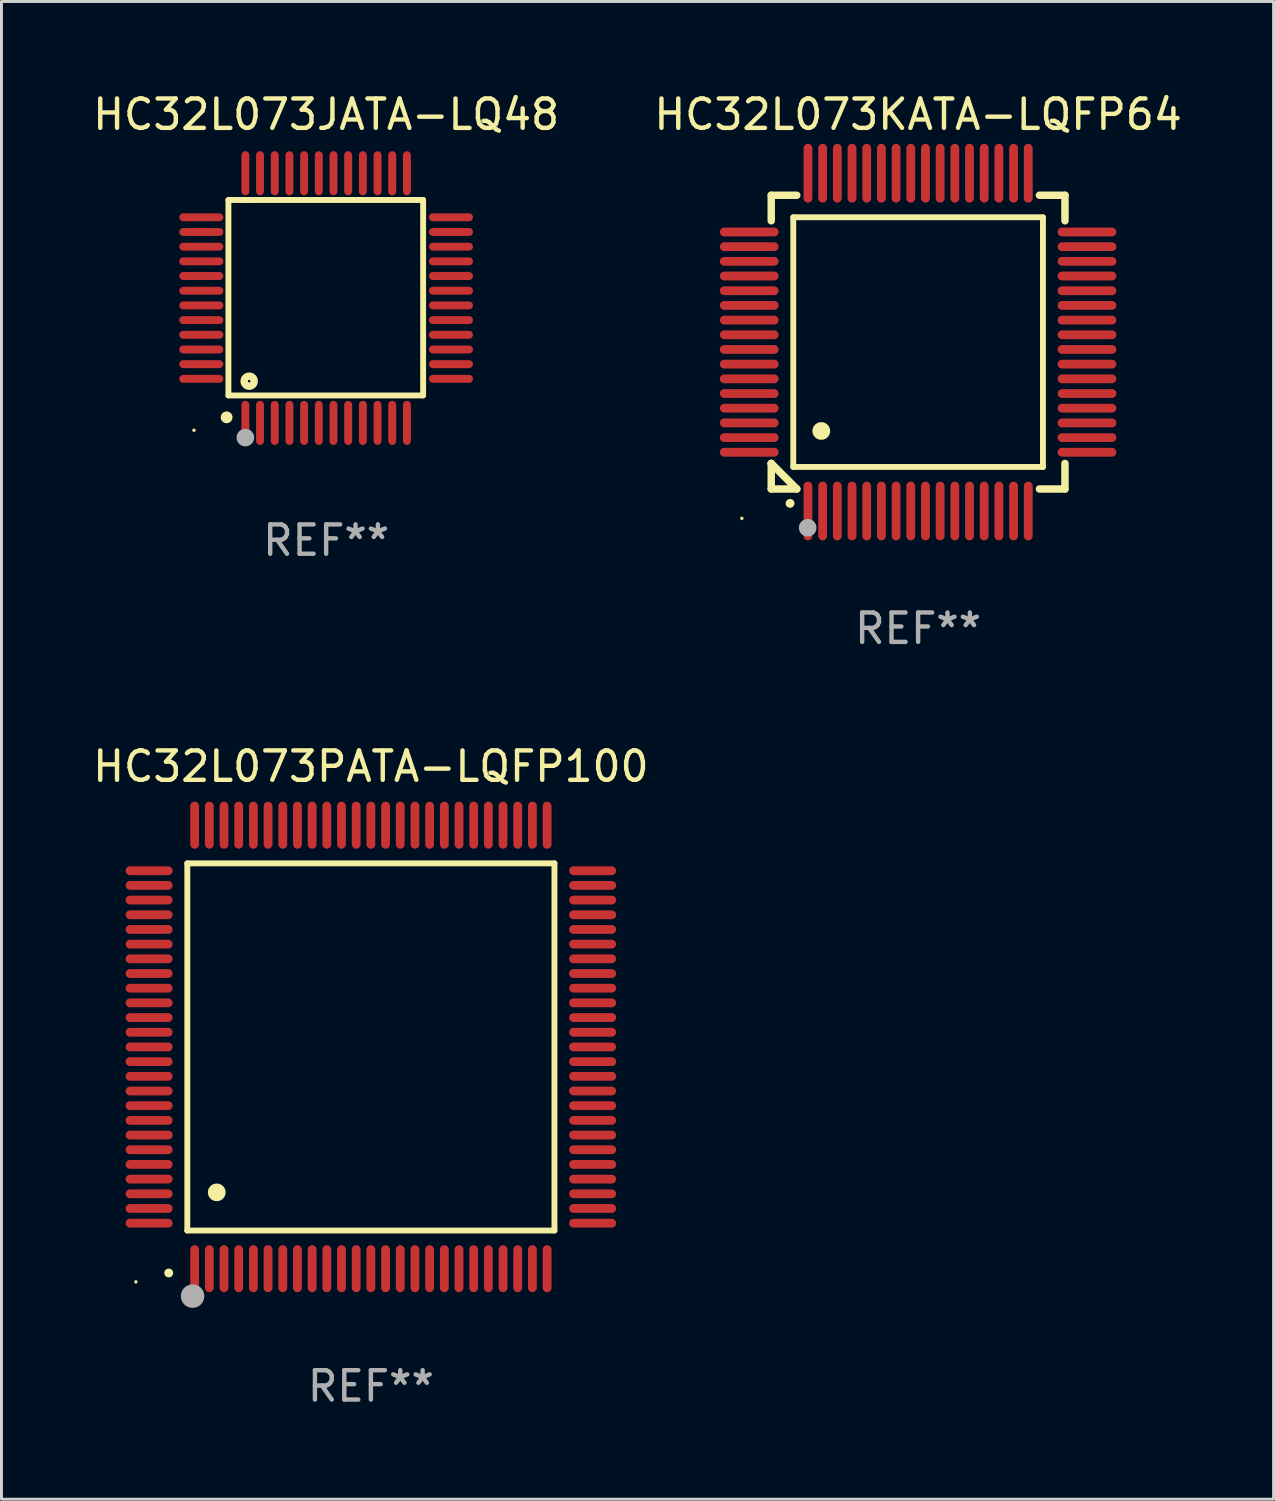
<source format=kicad_pcb>
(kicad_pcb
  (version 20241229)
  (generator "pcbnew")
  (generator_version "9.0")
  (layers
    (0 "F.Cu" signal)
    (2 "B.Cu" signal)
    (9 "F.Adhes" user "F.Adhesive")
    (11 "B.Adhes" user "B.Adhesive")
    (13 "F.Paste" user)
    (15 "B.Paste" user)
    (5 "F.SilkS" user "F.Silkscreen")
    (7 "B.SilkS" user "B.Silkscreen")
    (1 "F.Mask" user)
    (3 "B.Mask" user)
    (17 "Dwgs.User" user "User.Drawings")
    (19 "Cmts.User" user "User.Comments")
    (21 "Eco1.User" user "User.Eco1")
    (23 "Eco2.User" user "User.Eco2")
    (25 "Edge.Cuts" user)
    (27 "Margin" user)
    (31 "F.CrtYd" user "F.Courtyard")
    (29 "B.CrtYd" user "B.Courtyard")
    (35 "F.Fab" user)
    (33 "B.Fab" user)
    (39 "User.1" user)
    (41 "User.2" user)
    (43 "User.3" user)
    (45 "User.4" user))
  (footprint "HC32L073PATA-LQFP100"
    (layer "F.Cu")
    (at 9.577 32.594)
    (property "Reference" "HC32L073PATA-LQFP100" (at 0 -9.55 0) (layer "F.SilkS") (effects (font (size 1 1) (thickness 0.15))))
    (attr through_hole)
    (fp_line (start -6.25 -6.25) (end -6.25 6.25) (stroke (width 0.2) (type solid)) (layer "F.SilkS"))
    (fp_line (start -6.25 6.25) (end 6.25 6.25) (stroke (width 0.2) (type solid)) (layer "F.SilkS"))
    (fp_line (start 6.25 -6.25) (end -6.25 -6.25) (stroke (width 0.2) (type solid)) (layer "F.SilkS"))
    (fp_line (start 6.25 6.25) (end 6.25 -6.25) (stroke (width 0.2) (type solid)) (layer "F.SilkS"))
    (fp_arc (start -6.883414 7.696215) (mid -6.882144 7.69621) (end -6.880874 7.696215) (stroke (width 0.3) (type solid)) (layer "F.SilkS"))
    (fp_arc (start -5.250191 4.95047) (mid -5.247651 4.950459) (end -5.245111 4.95047) (stroke (width 0.6) (type solid)) (layer "F.SilkS"))
    (fp_circle (center -8 8) (end -7.97 8) (stroke (width 0.06) (type solid)) (fill no) (layer "F.SilkS"))
    (fp_circle (center -6.071 8.484) (end -5.871 8.484) (stroke (width 0.4) (type solid)) (fill no) (layer "F.Fab"))
    (fp_text user "REF**" (at 0 11.55 0) (layer "F.Fab") (effects (font (size 1 1) (thickness 0.15))))
    (pad "1" smd oval (at -6 7.55) (size 0.3 1.6) (layers "F.Cu" "F.Mask" "F.Paste"))
    (pad "2" smd oval (at -5.5 7.55) (size 0.3 1.6) (layers "F.Cu" "F.Mask" "F.Paste"))
    (pad "3" smd oval (at -5 7.55) (size 0.3 1.6) (layers "F.Cu" "F.Mask" "F.Paste"))
    (pad "4" smd oval (at -4.5 7.55) (size 0.3 1.6) (layers "F.Cu" "F.Mask" "F.Paste"))
    (pad "5" smd oval (at -4 7.55) (size 0.3 1.6) (layers "F.Cu" "F.Mask" "F.Paste"))
    (pad "6" smd oval (at -3.5 7.55) (size 0.3 1.6) (layers "F.Cu" "F.Mask" "F.Paste"))
    (pad "7" smd oval (at -3 7.55) (size 0.3 1.6) (layers "F.Cu" "F.Mask" "F.Paste"))
    (pad "8" smd oval (at -2.5 7.55) (size 0.3 1.6) (layers "F.Cu" "F.Mask" "F.Paste"))
    (pad "9" smd oval (at -2 7.55) (size 0.3 1.6) (layers "F.Cu" "F.Mask" "F.Paste"))
    (pad "10" smd oval (at -1.5 7.55) (size 0.3 1.6) (layers "F.Cu" "F.Mask" "F.Paste"))
    (pad "11" smd oval (at -1 7.55) (size 0.3 1.6) (layers "F.Cu" "F.Mask" "F.Paste"))
    (pad "12" smd oval (at -0.5 7.55) (size 0.3 1.6) (layers "F.Cu" "F.Mask" "F.Paste"))
    (pad "13" smd oval (at 0 7.55) (size 0.3 1.6) (layers "F.Cu" "F.Mask" "F.Paste"))
    (pad "14" smd oval (at 0.5 7.55) (size 0.3 1.6) (layers "F.Cu" "F.Mask" "F.Paste"))
    (pad "15" smd oval (at 1 7.55) (size 0.3 1.6) (layers "F.Cu" "F.Mask" "F.Paste"))
    (pad "16" smd oval (at 1.5 7.55) (size 0.3 1.6) (layers "F.Cu" "F.Mask" "F.Paste"))
    (pad "17" smd oval (at 2 7.55) (size 0.3 1.6) (layers "F.Cu" "F.Mask" "F.Paste"))
    (pad "18" smd oval (at 2.5 7.55) (size 0.3 1.6) (layers "F.Cu" "F.Mask" "F.Paste"))
    (pad "19" smd oval (at 3 7.55) (size 0.3 1.6) (layers "F.Cu" "F.Mask" "F.Paste"))
    (pad "20" smd oval (at 3.5 7.55) (size 0.3 1.6) (layers "F.Cu" "F.Mask" "F.Paste"))
    (pad "21" smd oval (at 4 7.55) (size 0.3 1.6) (layers "F.Cu" "F.Mask" "F.Paste"))
    (pad "22" smd oval (at 4.5 7.55) (size 0.3 1.6) (layers "F.Cu" "F.Mask" "F.Paste"))
    (pad "23" smd oval (at 5 7.55) (size 0.3 1.6) (layers "F.Cu" "F.Mask" "F.Paste"))
    (pad "24" smd oval (at 5.5 7.55) (size 0.3 1.6) (layers "F.Cu" "F.Mask" "F.Paste"))
    (pad "25" smd oval (at 6 7.55) (size 0.3 1.6) (layers "F.Cu" "F.Mask" "F.Paste"))
    (pad "26" smd oval (at 7.55 6) (size 1.6 0.3) (layers "F.Cu" "F.Mask" "F.Paste"))
    (pad "27" smd oval (at 7.55 5.5) (size 1.6 0.3) (layers "F.Cu" "F.Mask" "F.Paste"))
    (pad "28" smd oval (at 7.55 5) (size 1.6 0.3) (layers "F.Cu" "F.Mask" "F.Paste"))
    (pad "29" smd oval (at 7.55 4.5) (size 1.6 0.3) (layers "F.Cu" "F.Mask" "F.Paste"))
    (pad "30" smd oval (at 7.55 4) (size 1.6 0.3) (layers "F.Cu" "F.Mask" "F.Paste"))
    (pad "31" smd oval (at 7.55 3.5) (size 1.6 0.3) (layers "F.Cu" "F.Mask" "F.Paste"))
    (pad "32" smd oval (at 7.55 3) (size 1.6 0.3) (layers "F.Cu" "F.Mask" "F.Paste"))
    (pad "33" smd oval (at 7.55 2.5) (size 1.6 0.3) (layers "F.Cu" "F.Mask" "F.Paste"))
    (pad "34" smd oval (at 7.55 2) (size 1.6 0.3) (layers "F.Cu" "F.Mask" "F.Paste"))
    (pad "35" smd oval (at 7.55 1.5) (size 1.6 0.3) (layers "F.Cu" "F.Mask" "F.Paste"))
    (pad "36" smd oval (at 7.55 1) (size 1.6 0.3) (layers "F.Cu" "F.Mask" "F.Paste"))
    (pad "37" smd oval (at 7.55 0.5) (size 1.6 0.3) (layers "F.Cu" "F.Mask" "F.Paste"))
    (pad "38" smd oval (at 7.55 0) (size 1.6 0.3) (layers "F.Cu" "F.Mask" "F.Paste"))
    (pad "39" smd oval (at 7.55 -0.5) (size 1.6 0.3) (layers "F.Cu" "F.Mask" "F.Paste"))
    (pad "40" smd oval (at 7.55 -1) (size 1.6 0.3) (layers "F.Cu" "F.Mask" "F.Paste"))
    (pad "41" smd oval (at 7.55 -1.5) (size 1.6 0.3) (layers "F.Cu" "F.Mask" "F.Paste"))
    (pad "42" smd oval (at 7.55 -2) (size 1.6 0.3) (layers "F.Cu" "F.Mask" "F.Paste"))
    (pad "43" smd oval (at 7.55 -2.5) (size 1.6 0.3) (layers "F.Cu" "F.Mask" "F.Paste"))
    (pad "44" smd oval (at 7.55 -3) (size 1.6 0.3) (layers "F.Cu" "F.Mask" "F.Paste"))
    (pad "45" smd oval (at 7.55 -3.5) (size 1.6 0.3) (layers "F.Cu" "F.Mask" "F.Paste"))
    (pad "46" smd oval (at 7.55 -4) (size 1.6 0.3) (layers "F.Cu" "F.Mask" "F.Paste"))
    (pad "47" smd oval (at 7.55 -4.5) (size 1.6 0.3) (layers "F.Cu" "F.Mask" "F.Paste"))
    (pad "48" smd oval (at 7.55 -5) (size 1.6 0.3) (layers "F.Cu" "F.Mask" "F.Paste"))
    (pad "49" smd oval (at 7.55 -5.5) (size 1.6 0.3) (layers "F.Cu" "F.Mask" "F.Paste"))
    (pad "50" smd oval (at 7.55 -6) (size 1.6 0.3) (layers "F.Cu" "F.Mask" "F.Paste"))
    (pad "51" smd oval (at 6 -7.55) (size 0.3 1.6) (layers "F.Cu" "F.Mask" "F.Paste"))
    (pad "52" smd oval (at 5.5 -7.55) (size 0.3 1.6) (layers "F.Cu" "F.Mask" "F.Paste"))
    (pad "53" smd oval (at 5 -7.55) (size 0.3 1.6) (layers "F.Cu" "F.Mask" "F.Paste"))
    (pad "54" smd oval (at 4.5 -7.55) (size 0.3 1.6) (layers "F.Cu" "F.Mask" "F.Paste"))
    (pad "55" smd oval (at 4 -7.55) (size 0.3 1.6) (layers "F.Cu" "F.Mask" "F.Paste"))
    (pad "56" smd oval (at 3.5 -7.55) (size 0.3 1.6) (layers "F.Cu" "F.Mask" "F.Paste"))
    (pad "57" smd oval (at 3 -7.55) (size 0.3 1.6) (layers "F.Cu" "F.Mask" "F.Paste"))
    (pad "58" smd oval (at 2.5 -7.55) (size 0.3 1.6) (layers "F.Cu" "F.Mask" "F.Paste"))
    (pad "59" smd oval (at 2 -7.55) (size 0.3 1.6) (layers "F.Cu" "F.Mask" "F.Paste"))
    (pad "60" smd oval (at 1.5 -7.55) (size 0.3 1.6) (layers "F.Cu" "F.Mask" "F.Paste"))
    (pad "61" smd oval (at 1 -7.55) (size 0.3 1.6) (layers "F.Cu" "F.Mask" "F.Paste"))
    (pad "62" smd oval (at 0.5 -7.55) (size 0.3 1.6) (layers "F.Cu" "F.Mask" "F.Paste"))
    (pad "63" smd oval (at 0 -7.55) (size 0.3 1.6) (layers "F.Cu" "F.Mask" "F.Paste"))
    (pad "64" smd oval (at -0.5 -7.55) (size 0.3 1.6) (layers "F.Cu" "F.Mask" "F.Paste"))
    (pad "65" smd oval (at -1 -7.55) (size 0.3 1.6) (layers "F.Cu" "F.Mask" "F.Paste"))
    (pad "66" smd oval (at -1.5 -7.55) (size 0.3 1.6) (layers "F.Cu" "F.Mask" "F.Paste"))
    (pad "67" smd oval (at -2 -7.55) (size 0.3 1.6) (layers "F.Cu" "F.Mask" "F.Paste"))
    (pad "68" smd oval (at -2.5 -7.55) (size 0.3 1.6) (layers "F.Cu" "F.Mask" "F.Paste"))
    (pad "69" smd oval (at -3 -7.55) (size 0.3 1.6) (layers "F.Cu" "F.Mask" "F.Paste"))
    (pad "70" smd oval (at -3.5 -7.55) (size 0.3 1.6) (layers "F.Cu" "F.Mask" "F.Paste"))
    (pad "71" smd oval (at -4 -7.55) (size 0.3 1.6) (layers "F.Cu" "F.Mask" "F.Paste"))
    (pad "72" smd oval (at -4.5 -7.55) (size 0.3 1.6) (layers "F.Cu" "F.Mask" "F.Paste"))
    (pad "73" smd oval (at -5 -7.55) (size 0.3 1.6) (layers "F.Cu" "F.Mask" "F.Paste"))
    (pad "74" smd oval (at -5.5 -7.55) (size 0.3 1.6) (layers "F.Cu" "F.Mask" "F.Paste"))
    (pad "75" smd oval (at -6 -7.55) (size 0.3 1.6) (layers "F.Cu" "F.Mask" "F.Paste"))
    (pad "76" smd oval (at -7.55 -6) (size 1.6 0.3) (layers "F.Cu" "F.Mask" "F.Paste"))
    (pad "77" smd oval (at -7.55 -5.5) (size 1.6 0.3) (layers "F.Cu" "F.Mask" "F.Paste"))
    (pad "78" smd oval (at -7.55 -5) (size 1.6 0.3) (layers "F.Cu" "F.Mask" "F.Paste"))
    (pad "79" smd oval (at -7.55 -4.5) (size 1.6 0.3) (layers "F.Cu" "F.Mask" "F.Paste"))
    (pad "80" smd oval (at -7.55 -4) (size 1.6 0.3) (layers "F.Cu" "F.Mask" "F.Paste"))
    (pad "81" smd oval (at -7.55 -3.5) (size 1.6 0.3) (layers "F.Cu" "F.Mask" "F.Paste"))
    (pad "82" smd oval (at -7.55 -3) (size 1.6 0.3) (layers "F.Cu" "F.Mask" "F.Paste"))
    (pad "83" smd oval (at -7.55 -2.5) (size 1.6 0.3) (layers "F.Cu" "F.Mask" "F.Paste"))
    (pad "84" smd oval (at -7.55 -2) (size 1.6 0.3) (layers "F.Cu" "F.Mask" "F.Paste"))
    (pad "85" smd oval (at -7.55 -1.5) (size 1.6 0.3) (layers "F.Cu" "F.Mask" "F.Paste"))
    (pad "86" smd oval (at -7.55 -1) (size 1.6 0.3) (layers "F.Cu" "F.Mask" "F.Paste"))
    (pad "87" smd oval (at -7.55 -0.5) (size 1.6 0.3) (layers "F.Cu" "F.Mask" "F.Paste"))
    (pad "88" smd oval (at -7.55 0) (size 1.6 0.3) (layers "F.Cu" "F.Mask" "F.Paste"))
    (pad "89" smd oval (at -7.55 0.5) (size 1.6 0.3) (layers "F.Cu" "F.Mask" "F.Paste"))
    (pad "90" smd oval (at -7.55 1) (size 1.6 0.3) (layers "F.Cu" "F.Mask" "F.Paste"))
    (pad "91" smd oval (at -7.55 1.5) (size 1.6 0.3) (layers "F.Cu" "F.Mask" "F.Paste"))
    (pad "92" smd oval (at -7.55 2) (size 1.6 0.3) (layers "F.Cu" "F.Mask" "F.Paste"))
    (pad "93" smd oval (at -7.55 2.5) (size 1.6 0.3) (layers "F.Cu" "F.Mask" "F.Paste"))
    (pad "94" smd oval (at -7.55 3) (size 1.6 0.3) (layers "F.Cu" "F.Mask" "F.Paste"))
    (pad "95" smd oval (at -7.55 3.5) (size 1.6 0.3) (layers "F.Cu" "F.Mask" "F.Paste"))
    (pad "96" smd oval (at -7.55 4) (size 1.6 0.3) (layers "F.Cu" "F.Mask" "F.Paste"))
    (pad "97" smd oval (at -7.55 4.5) (size 1.6 0.3) (layers "F.Cu" "F.Mask" "F.Paste"))
    (pad "98" smd oval (at -7.55 5) (size 1.6 0.3) (layers "F.Cu" "F.Mask" "F.Paste"))
    (pad "99" smd oval (at -7.55 5.5) (size 1.6 0.3) (layers "F.Cu" "F.Mask" "F.Paste"))
    (pad "100" smd oval (at -7.55 6) (size 1.6 0.3) (layers "F.Cu" "F.Mask" "F.Paste")))
  (footprint "HC32L073JATA-LQ48"
    (layer "F.Cu")
    (at 8.054 7.098)
    (property "Reference" "HC32L073JATA-LQ48" (at 0 -6.25 0) (layer "F.SilkS") (effects (font (size 1 1) (thickness 0.15))))
    (attr through_hole)
    (fp_line (start -3.327 -3.34) (end -2.565 -3.34) (stroke (width 0.2) (type solid)) (layer "F.SilkS"))
    (fp_line (start -3.327 3.315) (end -3.327 -3.34) (stroke (width 0.2) (type solid)) (layer "F.SilkS"))
    (fp_line (start -2.896 -3.34) (end 3.302 -3.34) (stroke (width 0.2) (type solid)) (layer "F.SilkS"))
    (fp_line (start 3.302 -3.34) (end 3.302 3.315) (stroke (width 0.2) (type solid)) (layer "F.SilkS"))
    (fp_line (start 3.302 3.315) (end -3.327 3.315) (stroke (width 0.2) (type solid)) (layer "F.SilkS"))
    (fp_arc (start -3.389992 4.059995) (mid -3.388722 4.059991) (end -3.387452 4.059995) (stroke (width 0.4) (type solid)) (layer "F.SilkS"))
    (fp_circle (center -4.5 4.5) (end -4.47 4.5) (stroke (width 0.06) (type solid)) (fill no) (layer "F.SilkS"))
    (fp_circle (center -2.62 2.83) (end -2.45 2.83) (stroke (width 0.254) (type solid)) (fill no) (layer "F.SilkS"))
    (fp_circle (center -2.75 4.75) (end -2.6 4.75) (stroke (width 0.3) (type solid)) (fill no) (layer "F.Fab"))
    (fp_text user "REF**" (at 0 8.25 0) (layer "F.Fab") (effects (font (size 1 1) (thickness 0.15))))
    (pad "1" smd oval (at -2.75 4.25) (size 0.27 1.5) (layers "F.Cu" "F.Mask" "F.Paste"))
    (pad "2" smd oval (at -2.25 4.25) (size 0.27 1.5) (layers "F.Cu" "F.Mask" "F.Paste"))
    (pad "3" smd oval (at -1.75 4.25) (size 0.27 1.5) (layers "F.Cu" "F.Mask" "F.Paste"))
    (pad "4" smd oval (at -1.25 4.25) (size 0.27 1.5) (layers "F.Cu" "F.Mask" "F.Paste"))
    (pad "5" smd oval (at -0.75 4.25) (size 0.27 1.5) (layers "F.Cu" "F.Mask" "F.Paste"))
    (pad "6" smd oval (at -0.25 4.25) (size 0.27 1.5) (layers "F.Cu" "F.Mask" "F.Paste"))
    (pad "7" smd oval (at 0.25 4.25) (size 0.27 1.5) (layers "F.Cu" "F.Mask" "F.Paste"))
    (pad "8" smd oval (at 0.75 4.25) (size 0.27 1.5) (layers "F.Cu" "F.Mask" "F.Paste"))
    (pad "9" smd oval (at 1.25 4.25) (size 0.27 1.5) (layers "F.Cu" "F.Mask" "F.Paste"))
    (pad "10" smd oval (at 1.75 4.25) (size 0.27 1.5) (layers "F.Cu" "F.Mask" "F.Paste"))
    (pad "11" smd oval (at 2.25 4.25) (size 0.27 1.5) (layers "F.Cu" "F.Mask" "F.Paste"))
    (pad "12" smd oval (at 2.75 4.25) (size 0.27 1.5) (layers "F.Cu" "F.Mask" "F.Paste"))
    (pad "13" smd oval (at 4.25 2.75) (size 1.5 0.27) (layers "F.Cu" "F.Mask" "F.Paste"))
    (pad "14" smd oval (at 4.25 2.25) (size 1.5 0.27) (layers "F.Cu" "F.Mask" "F.Paste"))
    (pad "15" smd oval (at 4.25 1.75) (size 1.5 0.27) (layers "F.Cu" "F.Mask" "F.Paste"))
    (pad "16" smd oval (at 4.25 1.25) (size 1.5 0.27) (layers "F.Cu" "F.Mask" "F.Paste"))
    (pad "17" smd oval (at 4.25 0.75) (size 1.5 0.27) (layers "F.Cu" "F.Mask" "F.Paste"))
    (pad "18" smd oval (at 4.25 0.25) (size 1.5 0.27) (layers "F.Cu" "F.Mask" "F.Paste"))
    (pad "19" smd oval (at 4.25 -0.25) (size 1.5 0.27) (layers "F.Cu" "F.Mask" "F.Paste"))
    (pad "20" smd oval (at 4.25 -0.75) (size 1.5 0.27) (layers "F.Cu" "F.Mask" "F.Paste"))
    (pad "21" smd oval (at 4.25 -1.25) (size 1.5 0.27) (layers "F.Cu" "F.Mask" "F.Paste"))
    (pad "22" smd oval (at 4.25 -1.75) (size 1.5 0.27) (layers "F.Cu" "F.Mask" "F.Paste"))
    (pad "23" smd oval (at 4.25 -2.25) (size 1.5 0.27) (layers "F.Cu" "F.Mask" "F.Paste"))
    (pad "24" smd oval (at 4.25 -2.75) (size 1.5 0.27) (layers "F.Cu" "F.Mask" "F.Paste"))
    (pad "25" smd oval (at 2.75 -4.25) (size 0.27 1.5) (layers "F.Cu" "F.Mask" "F.Paste"))
    (pad "26" smd oval (at 2.25 -4.25) (size 0.27 1.5) (layers "F.Cu" "F.Mask" "F.Paste"))
    (pad "27" smd oval (at 1.75 -4.25) (size 0.27 1.5) (layers "F.Cu" "F.Mask" "F.Paste"))
    (pad "28" smd oval (at 1.25 -4.25) (size 0.27 1.5) (layers "F.Cu" "F.Mask" "F.Paste"))
    (pad "29" smd oval (at 0.75 -4.25) (size 0.27 1.5) (layers "F.Cu" "F.Mask" "F.Paste"))
    (pad "30" smd oval (at 0.25 -4.25) (size 0.27 1.5) (layers "F.Cu" "F.Mask" "F.Paste"))
    (pad "31" smd oval (at -0.25 -4.25) (size 0.27 1.5) (layers "F.Cu" "F.Mask" "F.Paste"))
    (pad "32" smd oval (at -0.75 -4.25) (size 0.27 1.5) (layers "F.Cu" "F.Mask" "F.Paste"))
    (pad "33" smd oval (at -1.25 -4.25) (size 0.27 1.5) (layers "F.Cu" "F.Mask" "F.Paste"))
    (pad "34" smd oval (at -1.75 -4.25) (size 0.27 1.5) (layers "F.Cu" "F.Mask" "F.Paste"))
    (pad "35" smd oval (at -2.25 -4.25) (size 0.27 1.5) (layers "F.Cu" "F.Mask" "F.Paste"))
    (pad "36" smd oval (at -2.75 -4.25) (size 0.27 1.5) (layers "F.Cu" "F.Mask" "F.Paste"))
    (pad "37" smd oval (at -4.25 -2.75) (size 1.5 0.27) (layers "F.Cu" "F.Mask" "F.Paste"))
    (pad "38" smd oval (at -4.25 -2.25) (size 1.5 0.27) (layers "F.Cu" "F.Mask" "F.Paste"))
    (pad "39" smd oval (at -4.25 -1.75) (size 1.5 0.27) (layers "F.Cu" "F.Mask" "F.Paste"))
    (pad "40" smd oval (at -4.25 -1.25) (size 1.5 0.27) (layers "F.Cu" "F.Mask" "F.Paste"))
    (pad "41" smd oval (at -4.25 -0.75) (size 1.5 0.27) (layers "F.Cu" "F.Mask" "F.Paste"))
    (pad "42" smd oval (at -4.25 -0.25) (size 1.5 0.27) (layers "F.Cu" "F.Mask" "F.Paste"))
    (pad "43" smd oval (at -4.25 0.25) (size 1.5 0.27) (layers "F.Cu" "F.Mask" "F.Paste"))
    (pad "44" smd oval (at -4.25 0.75) (size 1.5 0.27) (layers "F.Cu" "F.Mask" "F.Paste"))
    (pad "45" smd oval (at -4.25 1.25) (size 1.5 0.27) (layers "F.Cu" "F.Mask" "F.Paste"))
    (pad "46" smd oval (at -4.25 1.75) (size 1.5 0.27) (layers "F.Cu" "F.Mask" "F.Paste"))
    (pad "47" smd oval (at -4.25 2.25) (size 1.5 0.27) (layers "F.Cu" "F.Mask" "F.Paste"))
    (pad "48" smd oval (at -4.25 2.75) (size 1.5 0.27) (layers "F.Cu" "F.Mask" "F.Paste")))
  (footprint "HC32L073KATA-LQFP64"
    (layer "F.Cu")
    (at 28.208 8.598)
    (property "Reference" "HC32L073KATA-LQFP64" (at 0 -7.75 0) (layer "F.SilkS") (effects (font (size 1 1) (thickness 0.15))))
    (attr through_hole)
    (fp_line (start -5 -5) (end -4.131 -5) (stroke (width 0.254) (type solid)) (layer "F.SilkS"))
    (fp_line (start -5 -4.131) (end -5 -5) (stroke (width 0.254) (type solid)) (layer "F.SilkS"))
    (fp_line (start -5 4.131) (end -5 4.131) (stroke (width 0.254) (type solid)) (layer "F.SilkS"))
    (fp_line (start -5 5) (end -5 4.131) (stroke (width 0.254) (type solid)) (layer "F.SilkS"))
    (fp_line (start -5 4.131) (end -4.131 5) (stroke (width 0.254) (type solid)) (layer "F.SilkS"))
    (fp_line (start -4.25 -4.25) (end -4.25 4.25) (stroke (width 0.2) (type solid)) (layer "F.SilkS"))
    (fp_line (start -4.25 4.25) (end 4.25 4.25) (stroke (width 0.2) (type solid)) (layer "F.SilkS"))
    (fp_line (start -4.131 5) (end -5 5) (stroke (width 0.254) (type solid)) (layer "F.SilkS"))
    (fp_line (start 4.25 -4.25) (end -4.25 -4.25) (stroke (width 0.2) (type solid)) (layer "F.SilkS"))
    (fp_line (start 4.25 4.25) (end 4.25 -4.25) (stroke (width 0.2) (type solid)) (layer "F.SilkS"))
    (fp_line (start 5 -5) (end 4.131 -5) (stroke (width 0.254) (type solid)) (layer "F.SilkS"))
    (fp_line (start 5 -5) (end 5 -4.131) (stroke (width 0.254) (type solid)) (layer "F.SilkS"))
    (fp_line (start 5 4.131) (end 5 5) (stroke (width 0.254) (type solid)) (layer "F.SilkS"))
    (fp_line (start 5 5) (end 4.131 5) (stroke (width 0.254) (type solid)) (layer "F.SilkS"))
    (fp_arc (start -4.361265 5.489992) (mid -4.359995 5.489987) (end -4.358725 5.489992) (stroke (width 0.3) (type solid)) (layer "F.SilkS"))
    (fp_arc (start -3.299467 3.025146) (mid -3.296927 3.025135) (end -3.294387 3.025146) (stroke (width 0.6) (type solid)) (layer "F.SilkS"))
    (fp_circle (center -6 6) (end -5.97 6) (stroke (width 0.06) (type solid)) (fill no) (layer "F.SilkS"))
    (fp_circle (center -3.76 6.32) (end -3.61 6.32) (stroke (width 0.3) (type solid)) (fill no) (layer "F.Fab"))
    (fp_text user "REF**" (at 0 9.75 0) (layer "F.Fab") (effects (font (size 1 1) (thickness 0.15))))
    (pad "1" smd oval (at -3.75 5.75) (size 0.3 2) (layers "F.Cu" "F.Mask" "F.Paste"))
    (pad "2" smd oval (at -3.25 5.75) (size 0.3 2) (layers "F.Cu" "F.Mask" "F.Paste"))
    (pad "3" smd oval (at -2.75 5.75) (size 0.3 2) (layers "F.Cu" "F.Mask" "F.Paste"))
    (pad "4" smd oval (at -2.25 5.75) (size 0.3 2) (layers "F.Cu" "F.Mask" "F.Paste"))
    (pad "5" smd oval (at -1.75 5.75) (size 0.3 2) (layers "F.Cu" "F.Mask" "F.Paste"))
    (pad "6" smd oval (at -1.25 5.75) (size 0.3 2) (layers "F.Cu" "F.Mask" "F.Paste"))
    (pad "7" smd oval (at -0.75 5.75) (size 0.3 2) (layers "F.Cu" "F.Mask" "F.Paste"))
    (pad "8" smd oval (at -0.25 5.75) (size 0.3 2) (layers "F.Cu" "F.Mask" "F.Paste"))
    (pad "9" smd oval (at 0.25 5.75) (size 0.3 2) (layers "F.Cu" "F.Mask" "F.Paste"))
    (pad "10" smd oval (at 0.75 5.75) (size 0.3 2) (layers "F.Cu" "F.Mask" "F.Paste"))
    (pad "11" smd oval (at 1.25 5.75) (size 0.3 2) (layers "F.Cu" "F.Mask" "F.Paste"))
    (pad "12" smd oval (at 1.75 5.75) (size 0.3 2) (layers "F.Cu" "F.Mask" "F.Paste"))
    (pad "13" smd oval (at 2.25 5.75) (size 0.3 2) (layers "F.Cu" "F.Mask" "F.Paste"))
    (pad "14" smd oval (at 2.75 5.75) (size 0.3 2) (layers "F.Cu" "F.Mask" "F.Paste"))
    (pad "15" smd oval (at 3.25 5.75) (size 0.3 2) (layers "F.Cu" "F.Mask" "F.Paste"))
    (pad "16" smd oval (at 3.75 5.75) (size 0.3 2) (layers "F.Cu" "F.Mask" "F.Paste"))
    (pad "17" smd oval (at 5.75 3.75) (size 2 0.3) (layers "F.Cu" "F.Mask" "F.Paste"))
    (pad "18" smd oval (at 5.75 3.25) (size 2 0.3) (layers "F.Cu" "F.Mask" "F.Paste"))
    (pad "19" smd oval (at 5.75 2.75) (size 2 0.3) (layers "F.Cu" "F.Mask" "F.Paste"))
    (pad "20" smd oval (at 5.75 2.25) (size 2 0.3) (layers "F.Cu" "F.Mask" "F.Paste"))
    (pad "21" smd oval (at 5.75 1.75) (size 2 0.3) (layers "F.Cu" "F.Mask" "F.Paste"))
    (pad "22" smd oval (at 5.75 1.25) (size 2 0.3) (layers "F.Cu" "F.Mask" "F.Paste"))
    (pad "23" smd oval (at 5.75 0.75) (size 2 0.3) (layers "F.Cu" "F.Mask" "F.Paste"))
    (pad "24" smd oval (at 5.75 0.25) (size 2 0.3) (layers "F.Cu" "F.Mask" "F.Paste"))
    (pad "25" smd oval (at 5.75 -0.25) (size 2 0.3) (layers "F.Cu" "F.Mask" "F.Paste"))
    (pad "26" smd oval (at 5.75 -0.75) (size 2 0.3) (layers "F.Cu" "F.Mask" "F.Paste"))
    (pad "27" smd oval (at 5.75 -1.25) (size 2 0.3) (layers "F.Cu" "F.Mask" "F.Paste"))
    (pad "28" smd oval (at 5.75 -1.75) (size 2 0.3) (layers "F.Cu" "F.Mask" "F.Paste"))
    (pad "29" smd oval (at 5.75 -2.25) (size 2 0.3) (layers "F.Cu" "F.Mask" "F.Paste"))
    (pad "30" smd oval (at 5.75 -2.75) (size 2 0.3) (layers "F.Cu" "F.Mask" "F.Paste"))
    (pad "31" smd oval (at 5.75 -3.25) (size 2 0.3) (layers "F.Cu" "F.Mask" "F.Paste"))
    (pad "32" smd oval (at 5.75 -3.75) (size 2 0.3) (layers "F.Cu" "F.Mask" "F.Paste"))
    (pad "33" smd oval (at 3.75 -5.75) (size 0.3 2) (layers "F.Cu" "F.Mask" "F.Paste"))
    (pad "34" smd oval (at 3.25 -5.75) (size 0.3 2) (layers "F.Cu" "F.Mask" "F.Paste"))
    (pad "35" smd oval (at 2.75 -5.75) (size 0.3 2) (layers "F.Cu" "F.Mask" "F.Paste"))
    (pad "36" smd oval (at 2.25 -5.75) (size 0.3 2) (layers "F.Cu" "F.Mask" "F.Paste"))
    (pad "37" smd oval (at 1.75 -5.75) (size 0.3 2) (layers "F.Cu" "F.Mask" "F.Paste"))
    (pad "38" smd oval (at 1.25 -5.75) (size 0.3 2) (layers "F.Cu" "F.Mask" "F.Paste"))
    (pad "39" smd oval (at 0.75 -5.75) (size 0.3 2) (layers "F.Cu" "F.Mask" "F.Paste"))
    (pad "40" smd oval (at 0.25 -5.75) (size 0.3 2) (layers "F.Cu" "F.Mask" "F.Paste"))
    (pad "41" smd oval (at -0.25 -5.75) (size 0.3 2) (layers "F.Cu" "F.Mask" "F.Paste"))
    (pad "42" smd oval (at -0.75 -5.75) (size 0.3 2) (layers "F.Cu" "F.Mask" "F.Paste"))
    (pad "43" smd oval (at -1.25 -5.75) (size 0.3 2) (layers "F.Cu" "F.Mask" "F.Paste"))
    (pad "44" smd oval (at -1.75 -5.75) (size 0.3 2) (layers "F.Cu" "F.Mask" "F.Paste"))
    (pad "45" smd oval (at -2.25 -5.75) (size 0.3 2) (layers "F.Cu" "F.Mask" "F.Paste"))
    (pad "46" smd oval (at -2.75 -5.75) (size 0.3 2) (layers "F.Cu" "F.Mask" "F.Paste"))
    (pad "47" smd oval (at -3.25 -5.75) (size 0.3 2) (layers "F.Cu" "F.Mask" "F.Paste"))
    (pad "48" smd oval (at -3.75 -5.75) (size 0.3 2) (layers "F.Cu" "F.Mask" "F.Paste"))
    (pad "49" smd oval (at -5.75 -3.75) (size 2 0.3) (layers "F.Cu" "F.Mask" "F.Paste"))
    (pad "50" smd oval (at -5.75 -3.25) (size 2 0.3) (layers "F.Cu" "F.Mask" "F.Paste"))
    (pad "51" smd oval (at -5.75 -2.75) (size 2 0.3) (layers "F.Cu" "F.Mask" "F.Paste"))
    (pad "52" smd oval (at -5.75 -2.25) (size 2 0.3) (layers "F.Cu" "F.Mask" "F.Paste"))
    (pad "53" smd oval (at -5.75 -1.75) (size 2 0.3) (layers "F.Cu" "F.Mask" "F.Paste"))
    (pad "54" smd oval (at -5.75 -1.25) (size 2 0.3) (layers "F.Cu" "F.Mask" "F.Paste"))
    (pad "55" smd oval (at -5.75 -0.75) (size 2 0.3) (layers "F.Cu" "F.Mask" "F.Paste"))
    (pad "56" smd oval (at -5.75 -0.25) (size 2 0.3) (layers "F.Cu" "F.Mask" "F.Paste"))
    (pad "57" smd oval (at -5.75 0.25) (size 2 0.3) (layers "F.Cu" "F.Mask" "F.Paste"))
    (pad "58" smd oval (at -5.75 0.75) (size 2 0.3) (layers "F.Cu" "F.Mask" "F.Paste"))
    (pad "59" smd oval (at -5.75 1.25) (size 2 0.3) (layers "F.Cu" "F.Mask" "F.Paste"))
    (pad "60" smd oval (at -5.75 1.75) (size 2 0.3) (layers "F.Cu" "F.Mask" "F.Paste"))
    (pad "61" smd oval (at -5.75 2.25) (size 2 0.3) (layers "F.Cu" "F.Mask" "F.Paste"))
    (pad "62" smd oval (at -5.75 2.75) (size 2 0.3) (layers "F.Cu" "F.Mask" "F.Paste"))
    (pad "63" smd oval (at -5.75 3.25) (size 2 0.3) (layers "F.Cu" "F.Mask" "F.Paste"))
    (pad "64" smd oval (at -5.75 3.75) (size 2 0.3) (layers "F.Cu" "F.Mask" "F.Paste")))
  (gr_rect
    (start -3 -3)
    (end 40.31 47.992)
    (stroke (width 0.1) (type default))
    (fill no)
    (layer "Edge.Cuts")))
</source>
